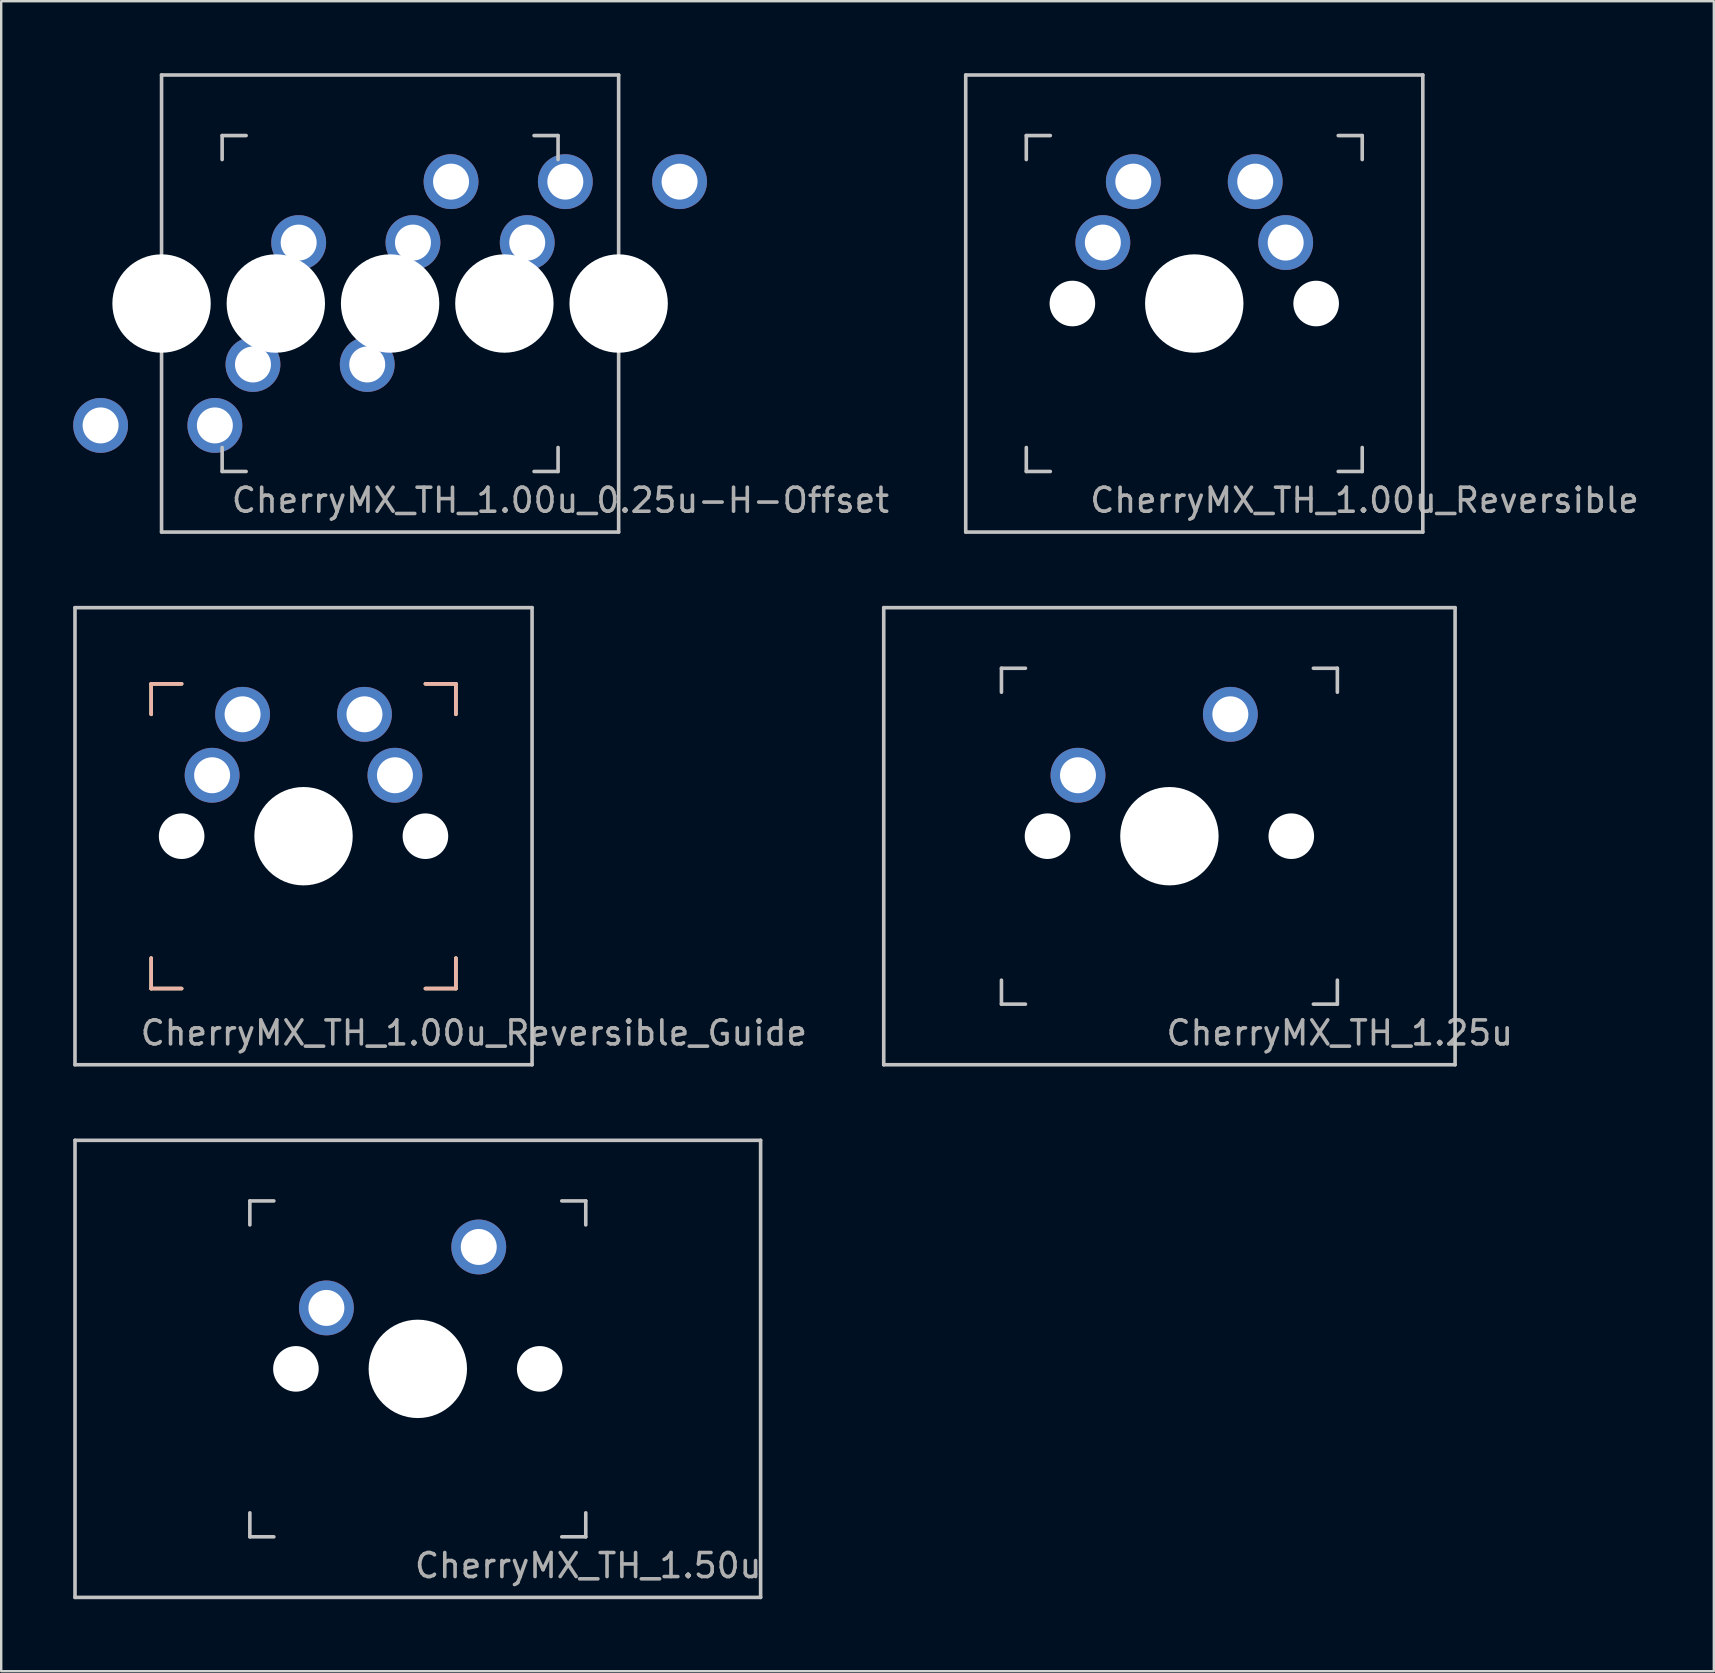
<source format=kicad_pcb>
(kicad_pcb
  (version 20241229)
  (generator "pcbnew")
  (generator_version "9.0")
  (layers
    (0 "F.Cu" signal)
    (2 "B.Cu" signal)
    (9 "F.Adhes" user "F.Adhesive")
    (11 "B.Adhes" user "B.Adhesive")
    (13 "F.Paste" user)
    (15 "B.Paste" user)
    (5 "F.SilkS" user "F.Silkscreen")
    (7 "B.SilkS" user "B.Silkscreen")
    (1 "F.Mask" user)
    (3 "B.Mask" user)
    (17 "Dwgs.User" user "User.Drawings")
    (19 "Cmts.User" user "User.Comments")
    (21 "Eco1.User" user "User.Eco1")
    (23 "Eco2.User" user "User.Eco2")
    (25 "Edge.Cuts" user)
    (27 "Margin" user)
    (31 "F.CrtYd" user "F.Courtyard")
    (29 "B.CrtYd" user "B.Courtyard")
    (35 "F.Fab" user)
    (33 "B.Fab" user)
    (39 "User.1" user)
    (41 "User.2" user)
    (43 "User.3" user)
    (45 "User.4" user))
  (footprint "CherryMX_TH_1.00u_Reversible"
    (layer "F.Cu")
    (at 46.723 9.6)
    (property "Reference" "CherryMX_TH_1.00u_Reversible" (at 7.1 8.2 0) (layer "F.Fab") (effects (font (size 1 1) (thickness 0.15))))
    (attr through_hole)
    (fp_line (start -9.525 -9.525) (end 9.525 -9.525) (stroke (width 0.15) (type solid)) (layer "Dwgs.User"))
    (fp_line (start -9.525 9.525) (end -9.525 -9.525) (stroke (width 0.15) (type solid)) (layer "Dwgs.User"))
    (fp_line (start -7 -7) (end -6 -7) (stroke (width 0.15) (type solid)) (layer "Dwgs.User"))
    (fp_line (start -7 -6) (end -7 -7) (stroke (width 0.15) (type solid)) (layer "Dwgs.User"))
    (fp_line (start -7 6) (end -7 7) (stroke (width 0.15) (type solid)) (layer "Dwgs.User"))
    (fp_line (start -7 7) (end -6 7) (stroke (width 0.15) (type solid)) (layer "Dwgs.User"))
    (fp_line (start 6 7) (end 7 7) (stroke (width 0.15) (type solid)) (layer "Dwgs.User"))
    (fp_line (start 7 -7) (end 6 -7) (stroke (width 0.15) (type solid)) (layer "Dwgs.User"))
    (fp_line (start 7 -7) (end 7 -6) (stroke (width 0.15) (type solid)) (layer "Dwgs.User"))
    (fp_line (start 7 7) (end 7 6) (stroke (width 0.15) (type solid)) (layer "Dwgs.User"))
    (fp_line (start 9.525 -9.525) (end 9.525 9.525) (stroke (width 0.15) (type solid)) (layer "Dwgs.User"))
    (fp_line (start 9.525 9.525) (end -9.525 9.525) (stroke (width 0.15) (type solid)) (layer "Dwgs.User"))
    (pad "" np_thru_hole circle (at -5.08 0) (size 1.9 1.9) (drill 1.9) (layers "*.Cu" "*.Mask"))
    (pad "" np_thru_hole circle (at 0 0 90) (size 4.1 4.1) (drill 4.1) (layers "*.Cu" "*.Mask"))
    (pad "" np_thru_hole circle (at 5.08 0) (size 1.9 1.9) (drill 1.9) (layers "*.Cu" "*.Mask"))
    (pad "1" thru_hole circle (at -3.81 -2.54) (size 2.286 2.286) (drill 1.499) (layers "*.Cu" "B.Mask"))
    (pad "1" thru_hole circle (at 3.81 -2.54) (size 2.286 2.286) (drill 1.499) (layers "*.Cu" "F.Mask"))
    (pad "2" thru_hole circle (at -2.54 -5.08) (size 2.286 2.286) (drill 1.499) (layers "*.Cu" "F.Mask"))
    (pad "2" thru_hole circle (at 2.54 -5.08) (size 2.286 2.286) (drill 1.499) (layers "*.Cu" "B.Mask")))
  (footprint "CherryMX_TH_1.00u_Reversible_Guide"
    (layer "F.Cu")
    (at 9.6 31.8)
    (property "Reference" "CherryMX_TH_1.00u_Reversible_Guide" (at 7.1 8.2 0) (layer "F.Fab") (effects (font (size 1 1) (thickness 0.15))))
    (attr through_hole)
    (fp_line (start -6.35 -6.35) (end -5.08 -6.35) (stroke (width 0.15) (type solid)) (layer "F.SilkS"))
    (fp_line (start -6.35 -5.08) (end -6.35 -6.35) (stroke (width 0.15) (type solid)) (layer "F.SilkS"))
    (fp_line (start -6.35 6.35) (end -6.35 5.08) (stroke (width 0.15) (type solid)) (layer "F.SilkS"))
    (fp_line (start -5.08 6.35) (end -6.35 6.35) (stroke (width 0.15) (type solid)) (layer "F.SilkS"))
    (fp_line (start 5.08 -6.35) (end 6.35 -6.35) (stroke (width 0.15) (type solid)) (layer "F.SilkS"))
    (fp_line (start 6.35 -6.35) (end 6.35 -5.08) (stroke (width 0.15) (type solid)) (layer "F.SilkS"))
    (fp_line (start 6.35 5.08) (end 6.35 6.35) (stroke (width 0.15) (type solid)) (layer "F.SilkS"))
    (fp_line (start 6.35 6.35) (end 5.08 6.35) (stroke (width 0.15) (type solid)) (layer "F.SilkS"))
    (fp_line (start -6.35 -6.35) (end -6.35 -5.08) (stroke (width 0.15) (type solid)) (layer "B.SilkS"))
    (fp_line (start -6.35 5.08) (end -6.35 6.35) (stroke (width 0.15) (type solid)) (layer "B.SilkS"))
    (fp_line (start -6.35 6.35) (end -5.08 6.35) (stroke (width 0.15) (type solid)) (layer "B.SilkS"))
    (fp_line (start -5.08 -6.35) (end -6.35 -6.35) (stroke (width 0.15) (type solid)) (layer "B.SilkS"))
    (fp_line (start 5.08 6.35) (end 6.35 6.35) (stroke (width 0.15) (type solid)) (layer "B.SilkS"))
    (fp_line (start 6.35 -6.35) (end 5.08 -6.35) (stroke (width 0.15) (type solid)) (layer "B.SilkS"))
    (fp_line (start 6.35 -5.08) (end 6.35 -6.35) (stroke (width 0.15) (type solid)) (layer "B.SilkS"))
    (fp_line (start 6.35 6.35) (end 6.35 5.08) (stroke (width 0.15) (type solid)) (layer "B.SilkS"))
    (fp_line (start -9.525 -9.525) (end 9.525 -9.525) (stroke (width 0.15) (type solid)) (layer "Dwgs.User"))
    (fp_line (start -9.525 9.525) (end -9.525 -9.525) (stroke (width 0.15) (type solid)) (layer "Dwgs.User"))
    (fp_line (start 9.525 -9.525) (end 9.525 9.525) (stroke (width 0.15) (type solid)) (layer "Dwgs.User"))
    (fp_line (start 9.525 9.525) (end -9.525 9.525) (stroke (width 0.15) (type solid)) (layer "Dwgs.User"))
    (pad "" np_thru_hole circle (at -5.08 0) (size 1.9 1.9) (drill 1.9) (layers "*.Cu" "*.Mask"))
    (pad "" np_thru_hole circle (at 0 0 90) (size 4.1 4.1) (drill 4.1) (layers "*.Cu" "*.Mask"))
    (pad "" np_thru_hole circle (at 5.08 0) (size 1.9 1.9) (drill 1.9) (layers "*.Cu" "*.Mask"))
    (pad "1" thru_hole circle (at -3.81 -2.54) (size 2.286 2.286) (drill 1.499) (layers "*.Cu" "B.Mask"))
    (pad "1" thru_hole circle (at 3.81 -2.54) (size 2.286 2.286) (drill 1.499) (layers "*.Cu" "F.Mask"))
    (pad "2" thru_hole circle (at -2.54 -5.08) (size 2.286 2.286) (drill 1.499) (layers "*.Cu" "F.Mask"))
    (pad "2" thru_hole circle (at 2.54 -5.08) (size 2.286 2.286) (drill 1.499) (layers "*.Cu" "B.Mask")))
  (footprint "CherryMX_TH_1.00u_0.25u-H-Offset"
    (layer "F.Cu")
    (at 13.208 9.6)
    (property "Reference" "CherryMX_TH_1.00u_0.25u-H-Offset" (at 7.1 8.2 0) (layer "F.Fab") (effects (font (size 1 1) (thickness 0.15))))
    (attr through_hole)
    (fp_line (start -9.525 -9.525) (end 9.525 -9.525) (stroke (width 0.15) (type solid)) (layer "Dwgs.User"))
    (fp_line (start -9.525 9.525) (end -9.525 -9.525) (stroke (width 0.15) (type solid)) (layer "Dwgs.User"))
    (fp_line (start -7 -7) (end -6 -7) (stroke (width 0.15) (type solid)) (layer "Dwgs.User"))
    (fp_line (start -7 -6) (end -7 -7) (stroke (width 0.15) (type solid)) (layer "Dwgs.User"))
    (fp_line (start -7 6) (end -7 7) (stroke (width 0.15) (type solid)) (layer "Dwgs.User"))
    (fp_line (start -7 7) (end -6 7) (stroke (width 0.15) (type solid)) (layer "Dwgs.User"))
    (fp_line (start 6 7) (end 7 7) (stroke (width 0.15) (type solid)) (layer "Dwgs.User"))
    (fp_line (start 7 -7) (end 6 -7) (stroke (width 0.15) (type solid)) (layer "Dwgs.User"))
    (fp_line (start 7 -7) (end 7 -6) (stroke (width 0.15) (type solid)) (layer "Dwgs.User"))
    (fp_line (start 7 7) (end 7 6) (stroke (width 0.15) (type solid)) (layer "Dwgs.User"))
    (fp_line (start 9.525 -9.525) (end 9.525 9.525) (stroke (width 0.15) (type solid)) (layer "Dwgs.User"))
    (fp_line (start 9.525 9.525) (end -9.525 9.525) (stroke (width 0.15) (type solid)) (layer "Dwgs.User"))
    (pad "" np_thru_hole circle (at -9.525 0 270) (size 4.1 4.1) (drill 4.1) (layers "*.Cu" "*.Mask"))
    (pad "" np_thru_hole circle (at -5.08 0) (size 1.9 1.9) (drill 1.9) (layers "*.Cu" "*.Mask"))
    (pad "" np_thru_hole circle (at -4.763 0 270) (size 4.1 4.1) (drill 4.1) (layers "*.Cu" "*.Mask"))
    (pad "" np_thru_hole circle (at 0 0 90) (size 4.1 4.1) (drill 4.1) (layers "*.Cu" "*.Mask"))
    (pad "" np_thru_hole circle (at 4.763 0 90) (size 4.1 4.1) (drill 4.1) (layers "*.Cu" "*.Mask"))
    (pad "" np_thru_hole circle (at 5.08 0) (size 1.9 1.9) (drill 1.9) (layers "*.Cu" "*.Mask"))
    (pad "" np_thru_hole circle (at 9.525 0 90) (size 4.1 4.1) (drill 4.1) (layers "*.Cu" "*.Mask"))
    (pad "1" thru_hole circle (at -5.715 2.54 180) (size 2.286 2.286) (drill 1.499) (layers "*.Cu" "B.Mask"))
    (pad "1" thru_hole circle (at -3.81 -2.54) (size 2.286 2.286) (drill 1.499) (layers "*.Cu" "B.Mask"))
    (pad "1" thru_hole circle (at -0.953 2.54 180) (size 2.286 2.286) (drill 1.499) (layers "*.Cu" "B.Mask"))
    (pad "1" thru_hole circle (at 0.953 -2.54) (size 2.286 2.286) (drill 1.499) (layers "*.Cu" "B.Mask"))
    (pad "1" thru_hole circle (at 5.715 -2.54) (size 2.286 2.286) (drill 1.499) (layers "*.Cu" "B.Mask"))
    (pad "2" thru_hole circle (at -12.065 5.08 180) (size 2.286 2.286) (drill 1.499) (layers "*.Cu" "B.Mask"))
    (pad "2" thru_hole circle (at -7.303 5.08 180) (size 2.286 2.286) (drill 1.499) (layers "*.Cu" "B.Mask"))
    (pad "2" thru_hole circle (at 2.54 -5.08) (size 2.286 2.286) (drill 1.499) (layers "*.Cu" "B.Mask"))
    (pad "2" thru_hole circle (at 7.303 -5.08) (size 2.286 2.286) (drill 1.499) (layers "*.Cu" "B.Mask"))
    (pad "2" thru_hole circle (at 12.065 -5.08) (size 2.286 2.286) (drill 1.499) (layers "*.Cu" "B.Mask")))
  (footprint "CherryMX_TH_1.25u"
    (layer "F.Cu")
    (at 45.687 31.8)
    (property "Reference" "CherryMX_TH_1.25u" (at 7.1 8.2 0) (layer "F.Fab") (effects (font (size 1 1) (thickness 0.15))))
    (attr through_hole)
    (fp_line (start -11.906 -9.525) (end 11.906 -9.525) (stroke (width 0.15) (type solid)) (layer "Dwgs.User"))
    (fp_line (start -11.906 9.525) (end -11.906 -9.525) (stroke (width 0.15) (type solid)) (layer "Dwgs.User"))
    (fp_line (start -7 -7) (end -6 -7) (stroke (width 0.15) (type solid)) (layer "Dwgs.User"))
    (fp_line (start -7 -6) (end -7 -7) (stroke (width 0.15) (type solid)) (layer "Dwgs.User"))
    (fp_line (start -7 6) (end -7 7) (stroke (width 0.15) (type solid)) (layer "Dwgs.User"))
    (fp_line (start -7 7) (end -6 7) (stroke (width 0.15) (type solid)) (layer "Dwgs.User"))
    (fp_line (start 6 7) (end 7 7) (stroke (width 0.15) (type solid)) (layer "Dwgs.User"))
    (fp_line (start 7 -7) (end 6 -7) (stroke (width 0.15) (type solid)) (layer "Dwgs.User"))
    (fp_line (start 7 -7) (end 7 -6) (stroke (width 0.15) (type solid)) (layer "Dwgs.User"))
    (fp_line (start 7 7) (end 7 6) (stroke (width 0.15) (type solid)) (layer "Dwgs.User"))
    (fp_line (start 11.906 -9.525) (end 11.906 9.525) (stroke (width 0.15) (type solid)) (layer "Dwgs.User"))
    (fp_line (start 11.906 9.525) (end -11.906 9.525) (stroke (width 0.15) (type solid)) (layer "Dwgs.User"))
    (pad "" np_thru_hole circle (at -5.08 0) (size 1.9 1.9) (drill 1.9) (layers "*.Cu" "*.Mask"))
    (pad "" np_thru_hole circle (at 0 0 90) (size 4.1 4.1) (drill 4.1) (layers "*.Cu" "*.Mask"))
    (pad "" np_thru_hole circle (at 5.08 0) (size 1.9 1.9) (drill 1.9) (layers "*.Cu" "*.Mask"))
    (pad "1" thru_hole circle (at -3.81 -2.54) (size 2.286 2.286) (drill 1.499) (layers "*.Cu" "B.Mask"))
    (pad "2" thru_hole circle (at 2.54 -5.08) (size 2.286 2.286) (drill 1.499) (layers "*.Cu" "B.Mask")))
  (footprint "CherryMX_TH_1.50u"
    (layer "F.Cu")
    (at 14.363 54)
    (property "Reference" "CherryMX_TH_1.50u" (at 7.1 8.2 0) (layer "F.Fab") (effects (font (size 1 1) (thickness 0.15))))
    (attr through_hole)
    (fp_line (start -14.287 -9.525) (end 14.287 -9.525) (stroke (width 0.15) (type solid)) (layer "Dwgs.User"))
    (fp_line (start -14.287 9.525) (end -14.287 -9.525) (stroke (width 0.15) (type solid)) (layer "Dwgs.User"))
    (fp_line (start -7 -7) (end -6 -7) (stroke (width 0.15) (type solid)) (layer "Dwgs.User"))
    (fp_line (start -7 -6) (end -7 -7) (stroke (width 0.15) (type solid)) (layer "Dwgs.User"))
    (fp_line (start -7 6) (end -7 7) (stroke (width 0.15) (type solid)) (layer "Dwgs.User"))
    (fp_line (start -7 7) (end -6 7) (stroke (width 0.15) (type solid)) (layer "Dwgs.User"))
    (fp_line (start 6 7) (end 7 7) (stroke (width 0.15) (type solid)) (layer "Dwgs.User"))
    (fp_line (start 7 -7) (end 6 -7) (stroke (width 0.15) (type solid)) (layer "Dwgs.User"))
    (fp_line (start 7 -7) (end 7 -6) (stroke (width 0.15) (type solid)) (layer "Dwgs.User"))
    (fp_line (start 7 7) (end 7 6) (stroke (width 0.15) (type solid)) (layer "Dwgs.User"))
    (fp_line (start 14.287 -9.525) (end 14.287 9.525) (stroke (width 0.15) (type solid)) (layer "Dwgs.User"))
    (fp_line (start 14.287 9.525) (end -14.287 9.525) (stroke (width 0.15) (type solid)) (layer "Dwgs.User"))
    (pad "" np_thru_hole circle (at -5.08 0) (size 1.9 1.9) (drill 1.9) (layers "*.Cu" "*.Mask"))
    (pad "" np_thru_hole circle (at 0 0 90) (size 4.1 4.1) (drill 4.1) (layers "*.Cu" "*.Mask"))
    (pad "" np_thru_hole circle (at 5.08 0) (size 1.9 1.9) (drill 1.9) (layers "*.Cu" "*.Mask"))
    (pad "1" thru_hole circle (at -3.81 -2.54) (size 2.286 2.286) (drill 1.499) (layers "*.Cu" "B.Mask"))
    (pad "2" thru_hole circle (at 2.54 -5.08) (size 2.286 2.286) (drill 1.499) (layers "*.Cu" "B.Mask")))
  (gr_rect
    (start -3 -3)
    (end 68.377 66.6)
    (stroke (width 0.1) (type default))
    (fill no)
    (layer "Edge.Cuts")))
</source>
